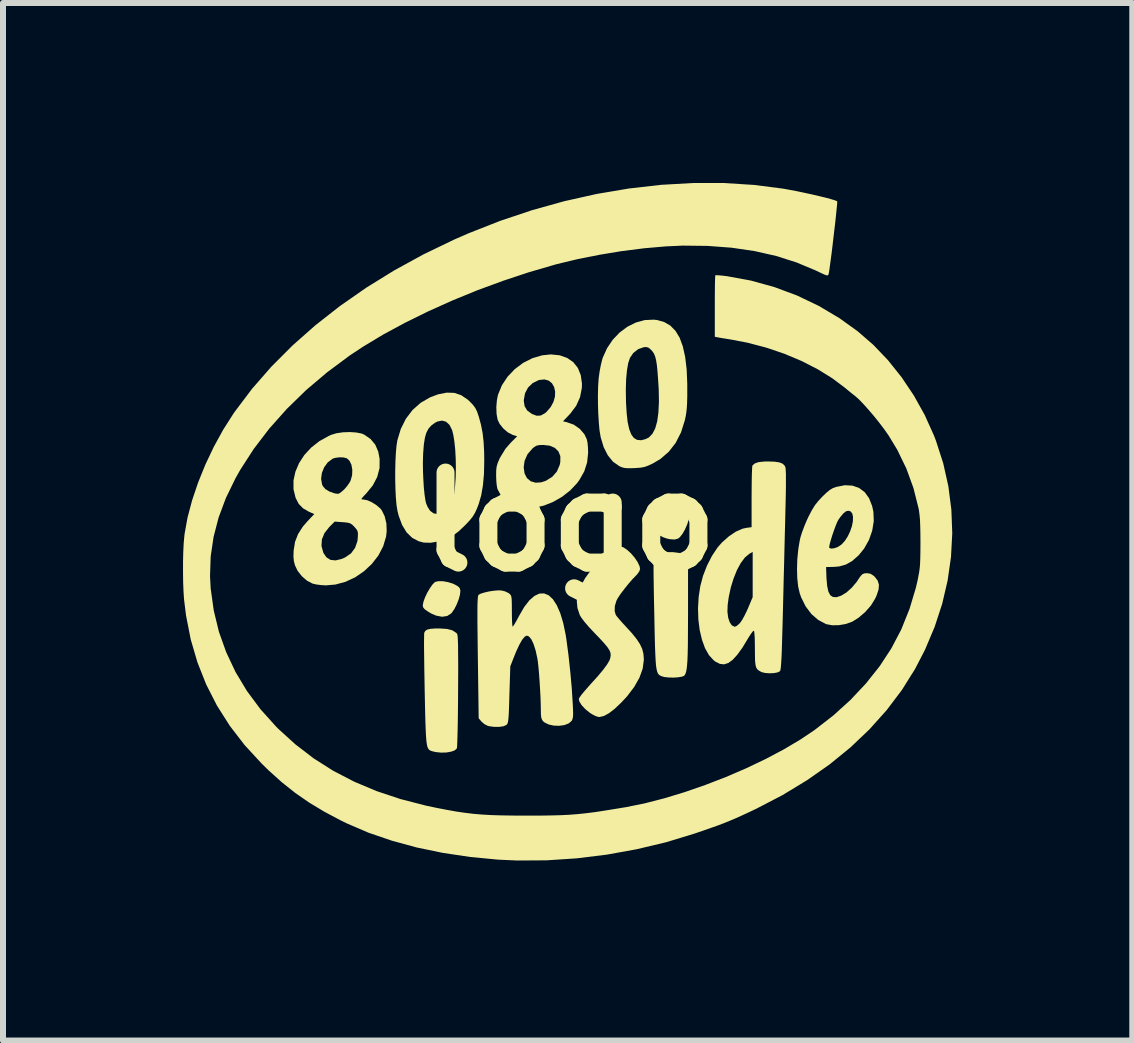
<source format=kicad_pcb>
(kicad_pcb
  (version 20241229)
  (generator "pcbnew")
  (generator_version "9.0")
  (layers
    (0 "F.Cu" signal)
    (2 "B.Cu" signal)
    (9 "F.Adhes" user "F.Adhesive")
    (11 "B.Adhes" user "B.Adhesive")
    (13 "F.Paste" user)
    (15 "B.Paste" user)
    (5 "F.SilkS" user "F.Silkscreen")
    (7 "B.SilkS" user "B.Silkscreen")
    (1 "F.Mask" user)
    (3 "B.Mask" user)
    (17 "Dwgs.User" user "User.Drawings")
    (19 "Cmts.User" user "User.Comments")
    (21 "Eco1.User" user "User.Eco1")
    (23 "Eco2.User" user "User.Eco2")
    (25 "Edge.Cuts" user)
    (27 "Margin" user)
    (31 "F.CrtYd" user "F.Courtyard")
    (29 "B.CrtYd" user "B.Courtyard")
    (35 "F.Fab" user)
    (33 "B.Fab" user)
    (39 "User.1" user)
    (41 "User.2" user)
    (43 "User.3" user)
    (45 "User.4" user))
  (footprint "logo"
    (layer "F.Cu")
    (at 6.446 5.647)
    (property "Reference" "logo" (at 0 0 0) (layer "F.SilkS") (effects (font (size 1.5 1.5) (thickness 0.3))))
    (attr board_only exclude_from_pos_files exclude_from_bom)
    (fp_poly (pts (xy 1.725 -0.293) (xy 1.842 -0.275) (xy 1.928 -0.238) (xy 1.98 -0.183) (xy 1.988 -0.166) (xy 1.994 -0.114) (xy 1.982 -0.041) (xy 1.956 0.042) (xy 1.919 0.126) (xy 1.877 0.2) (xy 1.832 0.256) (xy 1.804 0.278) (xy 1.745 0.294) (xy 1.664 0.288) (xy 1.626 0.28) (xy 1.56 0.258) (xy 1.492 0.225) (xy 1.434 0.189) (xy 1.398 0.156) (xy 1.395 0.151) (xy 1.387 0.1) (xy 1.403 0.023) (xy 1.443 -0.078) (xy 1.468 -0.13) (xy 1.511 -0.209) (xy 1.55 -0.26) (xy 1.594 -0.286) (xy 1.651 -0.296)) (stroke (width 0) (type solid)) (fill yes) (layer "F.SilkS"))
    (fp_poly (pts (xy -2.114 0.989) (xy -2.029 1.004) (xy -1.946 1.03) (xy -1.921 1.042) (xy -1.867 1.072) (xy -1.838 1.099) (xy -1.826 1.133) (xy -1.824 1.148) (xy -1.83 1.209) (xy -1.851 1.288) (xy -1.884 1.373) (xy -1.924 1.452) (xy -1.966 1.513) (xy -1.974 1.523) (xy -2.043 1.568) (xy -2.128 1.581) (xy -2.228 1.562) (xy -2.298 1.533) (xy -2.357 1.499) (xy -2.407 1.465) (xy -2.426 1.448) (xy -2.446 1.421) (xy -2.451 1.391) (xy -2.442 1.344) (xy -2.437 1.324) (xy -2.412 1.256) (xy -2.376 1.18) (xy -2.333 1.107) (xy -2.29 1.045) (xy -2.252 1.006) (xy -2.244 1.001) (xy -2.19 0.988)) (stroke (width 0) (type solid)) (fill yes) (layer "F.SilkS"))
    (fp_poly (pts (xy 1.827 0.518) (xy 1.904 0.55) (xy 1.925 0.567) (xy 1.97 0.611) (xy 1.97 1.485) (xy 1.969 1.711) (xy 1.968 1.902) (xy 1.967 2.062) (xy 1.964 2.194) (xy 1.96 2.301) (xy 1.954 2.385) (xy 1.947 2.449) (xy 1.938 2.496) (xy 1.927 2.53) (xy 1.914 2.553) (xy 1.903 2.566) (xy 1.865 2.58) (xy 1.803 2.59) (xy 1.727 2.595) (xy 1.649 2.593) (xy 1.58 2.586) (xy 1.542 2.576) (xy 1.517 2.567) (xy 1.497 2.556) (xy 1.479 2.541) (xy 1.465 2.519) (xy 1.453 2.487) (xy 1.443 2.441) (xy 1.435 2.379) (xy 1.429 2.298) (xy 1.424 2.195) (xy 1.419 2.066) (xy 1.415 1.91) (xy 1.411 1.722) (xy 1.407 1.511) (xy 1.402 1.298) (xy 1.399 1.12) (xy 1.397 0.973) (xy 1.395 0.854) (xy 1.395 0.76) (xy 1.396 0.688) (xy 1.397 0.634) (xy 1.4 0.596) (xy 1.405 0.57) (xy 1.41 0.555) (xy 1.417 0.545) (xy 1.417 0.545) (xy 1.457 0.525) (xy 1.53 0.511) (xy 1.576 0.506) (xy 1.718 0.504)) (stroke (width 0) (type solid)) (fill yes) (layer "F.SilkS"))
    (fp_poly (pts (xy -2.046 1.784) (xy -1.958 1.807) (xy -1.895 1.848) (xy -1.879 1.864) (xy -1.874 1.88) (xy -1.869 1.913) (xy -1.866 1.967) (xy -1.863 2.043) (xy -1.862 2.145) (xy -1.861 2.275) (xy -1.86 2.435) (xy -1.861 2.627) (xy -1.862 2.818) (xy -1.863 3.001) (xy -1.865 3.173) (xy -1.867 3.331) (xy -1.87 3.47) (xy -1.873 3.588) (xy -1.876 3.68) (xy -1.879 3.743) (xy -1.882 3.774) (xy -1.883 3.775) (xy -1.917 3.807) (xy -1.978 3.829) (xy -2.058 3.843) (xy -2.146 3.845) (xy -2.235 3.836) (xy -2.281 3.825) (xy -2.307 3.818) (xy -2.328 3.809) (xy -2.346 3.796) (xy -2.361 3.777) (xy -2.374 3.747) (xy -2.383 3.703) (xy -2.391 3.644) (xy -2.397 3.565) (xy -2.402 3.464) (xy -2.407 3.337) (xy -2.411 3.182) (xy -2.415 2.996) (xy -2.419 2.806) (xy -2.422 2.624) (xy -2.425 2.453) (xy -2.427 2.295) (xy -2.429 2.155) (xy -2.43 2.037) (xy -2.429 1.944) (xy -2.428 1.88) (xy -2.427 1.85) (xy -2.426 1.849) (xy -2.41 1.817) (xy -2.377 1.795) (xy -2.321 1.782) (xy -2.237 1.776) (xy -2.165 1.776)) (stroke (width 0) (type solid)) (fill yes) (layer "F.SilkS"))
    (fp_poly (pts (xy 0.893 0.424) (xy 0.955 0.466) (xy 1.02 0.526) (xy 1.08 0.596) (xy 1.13 0.67) (xy 1.162 0.739) (xy 1.171 0.785) (xy 1.156 0.827) (xy 1.119 0.878) (xy 1.104 0.893) (xy 1.044 0.955) (xy 0.977 1.032) (xy 0.91 1.116) (xy 0.849 1.196) (xy 0.802 1.266) (xy 0.778 1.31) (xy 0.75 1.401) (xy 0.747 1.487) (xy 0.765 1.548) (xy 0.786 1.578) (xy 0.827 1.627) (xy 0.881 1.688) (xy 0.932 1.743) (xy 1.036 1.857) (xy 1.114 1.954) (xy 1.169 2.038) (xy 1.206 2.117) (xy 1.226 2.196) (xy 1.233 2.281) (xy 1.233 2.303) (xy 1.214 2.446) (xy 1.16 2.596) (xy 1.073 2.75) (xy 0.954 2.907) (xy 0.856 3.012) (xy 0.746 3.116) (xy 0.651 3.189) (xy 0.569 3.234) (xy 0.498 3.251) (xy 0.487 3.252) (xy 0.439 3.24) (xy 0.375 3.208) (xy 0.334 3.182) (xy 0.257 3.119) (xy 0.196 3.054) (xy 0.159 2.993) (xy 0.149 2.952) (xy 0.161 2.927) (xy 0.194 2.881) (xy 0.245 2.819) (xy 0.308 2.747) (xy 0.348 2.702) (xy 0.466 2.572) (xy 0.556 2.464) (xy 0.621 2.376) (xy 0.661 2.307) (xy 0.674 2.269) (xy 0.681 2.225) (xy 0.678 2.184) (xy 0.66 2.139) (xy 0.626 2.087) (xy 0.572 2.022) (xy 0.496 1.939) (xy 0.433 1.874) (xy 0.327 1.762) (xy 0.246 1.668) (xy 0.191 1.595) (xy 0.166 1.553) (xy 0.127 1.436) (xy 0.116 1.32) (xy 0.133 1.201) (xy 0.179 1.075) (xy 0.255 0.938) (xy 0.363 0.787) (xy 0.387 0.756) (xy 0.453 0.683) (xy 0.53 0.609) (xy 0.612 0.539) (xy 0.692 0.48) (xy 0.764 0.436) (xy 0.821 0.412) (xy 0.84 0.409)) (stroke (width 0) (type solid)) (fill yes) (layer "F.SilkS"))
    (fp_poly (pts (xy -1.926 -2.15) (xy -1.812 -2.112) (xy -1.705 -2.04) (xy -1.67 -2.008) (xy -1.613 -1.949) (xy -1.575 -1.897) (xy -1.546 -1.839) (xy -1.519 -1.758) (xy -1.518 -1.756) (xy -1.481 -1.621) (xy -1.454 -1.483) (xy -1.437 -1.335) (xy -1.428 -1.167) (xy -1.426 -1.013) (xy -1.431 -0.796) (xy -1.448 -0.61) (xy -1.476 -0.446) (xy -1.518 -0.3) (xy -1.546 -0.226) (xy -1.579 -0.154) (xy -1.615 -0.093) (xy -1.661 -0.034) (xy -1.725 0.035) (xy -1.755 0.065) (xy -1.852 0.157) (xy -1.94 0.223) (xy -2.028 0.272) (xy -2.128 0.309) (xy -2.183 0.324) (xy -2.317 0.348) (xy -2.434 0.345) (xy -2.518 0.323) (xy -2.628 0.265) (xy -2.721 0.174) (xy -2.796 0.05) (xy -2.853 -0.105) (xy -2.873 -0.186) (xy -2.888 -0.279) (xy -2.899 -0.401) (xy -2.906 -0.544) (xy -2.91 -0.698) (xy -2.91 -0.857) (xy -2.907 -0.974) (xy -2.449 -0.974) (xy -2.447 -0.84) (xy -2.441 -0.703) (xy -2.433 -0.572) (xy -2.421 -0.455) (xy -2.407 -0.361) (xy -2.396 -0.312) (xy -2.37 -0.249) (xy -2.332 -0.19) (xy -2.33 -0.186) (xy -2.27 -0.142) (xy -2.197 -0.13) (xy -2.117 -0.15) (xy -2.087 -0.166) (xy -2.032 -0.209) (xy -1.989 -0.265) (xy -1.956 -0.34) (xy -1.932 -0.437) (xy -1.915 -0.561) (xy -1.904 -0.718) (xy -1.902 -0.753) (xy -1.899 -0.904) (xy -1.902 -1.057) (xy -1.91 -1.205) (xy -1.924 -1.339) (xy -1.942 -1.452) (xy -1.962 -1.53) (xy -2.005 -1.616) (xy -2.062 -1.669) (xy -2.13 -1.688) (xy -2.208 -1.672) (xy -2.246 -1.652) (xy -2.308 -1.607) (xy -2.355 -1.554) (xy -2.391 -1.486) (xy -2.416 -1.399) (xy -2.433 -1.287) (xy -2.444 -1.144) (xy -2.446 -1.096) (xy -2.449 -0.974) (xy -2.907 -0.974) (xy -2.906 -1.011) (xy -2.899 -1.152) (xy -2.888 -1.272) (xy -2.875 -1.356) (xy -2.817 -1.549) (xy -2.732 -1.719) (xy -2.621 -1.865) (xy -2.485 -1.985) (xy -2.326 -2.077) (xy -2.194 -2.126) (xy -2.052 -2.154)) (stroke (width 0) (type solid)) (fill yes) (layer "F.SilkS"))
    (fp_poly (pts (xy 1.455 -3.364) (xy 1.573 -3.33) (xy 1.675 -3.271) (xy 1.76 -3.184) (xy 1.83 -3.069) (xy 1.883 -2.924) (xy 1.922 -2.748) (xy 1.947 -2.54) (xy 1.957 -2.299) (xy 1.957 -2.22) (xy 1.957 -2.086) (xy 1.954 -1.981) (xy 1.949 -1.896) (xy 1.941 -1.823) (xy 1.93 -1.756) (xy 1.916 -1.692) (xy 1.853 -1.492) (xy 1.764 -1.317) (xy 1.649 -1.169) (xy 1.509 -1.048) (xy 1.378 -0.971) (xy 1.305 -0.937) (xy 1.245 -0.916) (xy 1.184 -0.904) (xy 1.105 -0.898) (xy 1.071 -0.896) (xy 0.984 -0.894) (xy 0.923 -0.897) (xy 0.876 -0.907) (xy 0.832 -0.925) (xy 0.823 -0.93) (xy 0.719 -1.003) (xy 0.633 -1.109) (xy 0.564 -1.245) (xy 0.514 -1.411) (xy 0.51 -1.434) (xy 0.494 -1.531) (xy 0.483 -1.656) (xy 0.474 -1.799) (xy 0.469 -1.951) (xy 0.468 -2.104) (xy 0.47 -2.2) (xy 0.933 -2.2) (xy 0.936 -2.001) (xy 0.936 -1.997) (xy 0.947 -1.812) (xy 0.964 -1.661) (xy 0.99 -1.544) (xy 1.024 -1.457) (xy 1.067 -1.398) (xy 1.12 -1.367) (xy 1.183 -1.361) (xy 1.196 -1.362) (xy 1.257 -1.378) (xy 1.312 -1.404) (xy 1.318 -1.408) (xy 1.377 -1.469) (xy 1.423 -1.558) (xy 1.456 -1.675) (xy 1.476 -1.823) (xy 1.485 -2.002) (xy 1.481 -2.213) (xy 1.472 -2.355) (xy 1.462 -2.497) (xy 1.451 -2.608) (xy 1.438 -2.692) (xy 1.422 -2.755) (xy 1.402 -2.804) (xy 1.376 -2.842) (xy 1.354 -2.867) (xy 1.312 -2.903) (xy 1.274 -2.914) (xy 1.232 -2.911) (xy 1.138 -2.878) (xy 1.057 -2.814) (xy 1.002 -2.733) (xy 0.973 -2.646) (xy 0.952 -2.526) (xy 0.938 -2.376) (xy 0.933 -2.2) (xy 0.47 -2.2) (xy 0.471 -2.247) (xy 0.479 -2.372) (xy 0.481 -2.397) (xy 0.496 -2.505) (xy 0.516 -2.611) (xy 0.538 -2.701) (xy 0.548 -2.734) (xy 0.62 -2.894) (xy 0.715 -3.035) (xy 0.83 -3.156) (xy 0.961 -3.253) (xy 1.102 -3.323) (xy 1.249 -3.363) (xy 1.399 -3.37)) (stroke (width 0) (type solid)) (fill yes) (layer "F.SilkS"))
    (fp_poly (pts (xy 4.71 -0.604) (xy 4.821 -0.565) (xy 4.914 -0.495) (xy 4.987 -0.394) (xy 5.038 -0.264) (xy 5.059 -0.167) (xy 5.065 -0.013) (xy 5.039 0.146) (xy 4.985 0.301) (xy 4.904 0.445) (xy 4.812 0.558) (xy 4.706 0.651) (xy 4.6 0.711) (xy 4.486 0.743) (xy 4.397 0.75) (xy 4.27 0.753) (xy 4.277 0.938) (xy 4.288 1.066) (xy 4.308 1.16) (xy 4.34 1.222) (xy 4.385 1.252) (xy 4.445 1.255) (xy 4.52 1.23) (xy 4.521 1.23) (xy 4.61 1.176) (xy 4.699 1.096) (xy 4.78 1) (xy 4.805 0.962) (xy 4.844 0.905) (xy 4.875 0.872) (xy 4.909 0.858) (xy 4.957 0.855) (xy 4.958 0.855) (xy 5.012 0.865) (xy 5.064 0.899) (xy 5.084 0.918) (xy 5.131 0.98) (xy 5.151 1.048) (xy 5.145 1.128) (xy 5.112 1.226) (xy 5.088 1.279) (xy 5.018 1.393) (xy 4.922 1.502) (xy 4.812 1.597) (xy 4.706 1.663) (xy 4.601 1.701) (xy 4.486 1.721) (xy 4.373 1.723) (xy 4.276 1.705) (xy 4.268 1.702) (xy 4.14 1.635) (xy 4.026 1.536) (xy 3.93 1.409) (xy 3.854 1.256) (xy 3.831 1.189) (xy 3.805 1.077) (xy 3.79 0.938) (xy 3.786 0.782) (xy 3.791 0.619) (xy 3.807 0.457) (xy 3.814 0.412) (xy 4.323 0.412) (xy 4.323 0.432) (xy 4.351 0.445) (xy 4.401 0.441) (xy 4.462 0.42) (xy 4.47 0.416) (xy 4.53 0.375) (xy 4.585 0.314) (xy 4.633 0.239) (xy 4.672 0.156) (xy 4.701 0.071) (xy 4.717 -0.01) (xy 4.719 -0.083) (xy 4.707 -0.14) (xy 4.677 -0.176) (xy 4.639 -0.186) (xy 4.601 -0.176) (xy 4.56 -0.143) (xy 4.51 -0.084) (xy 4.477 -0.038) (xy 4.456 0.001) (xy 4.431 0.062) (xy 4.403 0.138) (xy 4.375 0.219) (xy 4.351 0.297) (xy 4.332 0.364) (xy 4.323 0.412) (xy 3.814 0.412) (xy 3.832 0.307) (xy 3.845 0.251) (xy 3.871 0.17) (xy 3.908 0.071) (xy 3.951 -0.031) (xy 3.98 -0.093) (xy 4.034 -0.196) (xy 4.084 -0.277) (xy 4.14 -0.348) (xy 4.208 -0.421) (xy 4.278 -0.488) (xy 4.333 -0.533) (xy 4.384 -0.563) (xy 4.439 -0.583) (xy 4.44 -0.583) (xy 4.583 -0.611)) (stroke (width 0) (type solid)) (fill yes) (layer "F.SilkS"))
    (fp_poly (pts (xy -1.139 1.143) (xy -1.077 1.159) (xy -1.022 1.186) (xy -1.014 1.191) (xy -0.995 1.208) (xy -0.982 1.225) (xy -0.974 1.251) (xy -0.969 1.292) (xy -0.967 1.354) (xy -0.966 1.444) (xy -0.966 1.488) (xy -0.965 1.581) (xy -0.963 1.659) (xy -0.959 1.716) (xy -0.954 1.744) (xy -0.952 1.746) (xy -0.939 1.731) (xy -0.913 1.689) (xy -0.878 1.627) (xy -0.845 1.565) (xy -0.76 1.418) (xy -0.675 1.308) (xy -0.59 1.234) (xy -0.508 1.195) (xy -0.429 1.192) (xy -0.353 1.223) (xy -0.282 1.289) (xy -0.218 1.388) (xy -0.16 1.52) (xy -0.11 1.685) (xy -0.069 1.883) (xy -0.057 1.96) (xy -0.023 2.217) (xy 0.007 2.493) (xy 0.032 2.769) (xy 0.048 3.023) (xy 0.053 3.126) (xy 0.055 3.2) (xy 0.052 3.25) (xy 0.045 3.284) (xy 0.034 3.31) (xy 0.031 3.315) (xy -0.018 3.358) (xy -0.09 3.386) (xy -0.177 3.398) (xy -0.268 3.395) (xy -0.353 3.376) (xy -0.422 3.342) (xy -0.446 3.322) (xy -0.465 3.294) (xy -0.477 3.257) (xy -0.482 3.201) (xy -0.483 3.132) (xy -0.485 3.035) (xy -0.489 2.919) (xy -0.496 2.791) (xy -0.504 2.659) (xy -0.513 2.533) (xy -0.523 2.42) (xy -0.533 2.329) (xy -0.541 2.276) (xy -0.57 2.143) (xy -0.604 2.036) (xy -0.642 1.956) (xy -0.682 1.909) (xy -0.717 1.895) (xy -0.752 1.913) (xy -0.795 1.965) (xy -0.842 2.048) (xy -0.894 2.16) (xy -0.913 2.206) (xy -0.992 2.406) (xy -1.007 2.88) (xy -1.011 3.025) (xy -1.015 3.138) (xy -1.019 3.222) (xy -1.024 3.283) (xy -1.029 3.325) (xy -1.036 3.353) (xy -1.045 3.37) (xy -1.056 3.383) (xy -1.061 3.386) (xy -1.107 3.406) (xy -1.176 3.416) (xy -1.258 3.416) (xy -1.339 3.406) (xy -1.369 3.398) (xy -1.421 3.372) (xy -1.47 3.331) (xy -1.473 3.327) (xy -1.519 3.273) (xy -1.533 2.257) (xy -1.536 2.032) (xy -1.538 1.841) (xy -1.54 1.682) (xy -1.54 1.552) (xy -1.54 1.448) (xy -1.539 1.367) (xy -1.536 1.306) (xy -1.533 1.263) (xy -1.529 1.236) (xy -1.524 1.22) (xy -1.521 1.216) (xy -1.485 1.196) (xy -1.423 1.177) (xy -1.346 1.159) (xy -1.265 1.147) (xy -1.191 1.141)) (stroke (width 0) (type solid)) (fill yes) (layer "F.SilkS"))
    (fp_poly (pts (xy -0.169 -2.776) (xy -0.044 -2.732) (xy 0.058 -2.661) (xy 0.134 -2.565) (xy 0.182 -2.446) (xy 0.202 -2.306) (xy 0.2 -2.231) (xy 0.17 -2.078) (xy 0.106 -1.935) (xy 0.006 -1.802) (xy -0.01 -1.785) (xy -0.114 -1.676) (xy -0.052 -1.662) (xy 0.064 -1.621) (xy 0.164 -1.552) (xy 0.242 -1.462) (xy 0.281 -1.381) (xy 0.294 -1.325) (xy 0.302 -1.245) (xy 0.305 -1.156) (xy 0.305 -1.152) (xy 0.288 -0.99) (xy 0.24 -0.841) (xy 0.159 -0.698) (xy 0.121 -0.646) (xy 0.007 -0.525) (xy -0.127 -0.42) (xy -0.274 -0.335) (xy -0.428 -0.273) (xy -0.584 -0.236) (xy -0.734 -0.226) (xy -0.873 -0.247) (xy -0.877 -0.248) (xy -0.982 -0.293) (xy -1.078 -0.364) (xy -1.155 -0.452) (xy -1.206 -0.548) (xy -1.209 -0.56) (xy -1.218 -0.608) (xy -1.225 -0.68) (xy -1.228 -0.761) (xy -1.228 -0.778) (xy -1.227 -0.861) (xy -1.221 -0.91) (xy -0.769 -0.91) (xy -0.755 -0.809) (xy -0.715 -0.73) (xy -0.652 -0.677) (xy -0.571 -0.653) (xy -0.477 -0.659) (xy -0.399 -0.685) (xy -0.292 -0.752) (xy -0.216 -0.839) (xy -0.169 -0.948) (xy -0.159 -0.996) (xy -0.158 -1.093) (xy -0.189 -1.173) (xy -0.249 -1.233) (xy -0.335 -1.27) (xy -0.441 -1.282) (xy -0.509 -1.28) (xy -0.555 -1.27) (xy -0.593 -1.248) (xy -0.623 -1.223) (xy -0.705 -1.128) (xy -0.754 -1.018) (xy -0.769 -0.91) (xy -1.221 -0.91) (xy -1.219 -0.924) (xy -1.202 -0.982) (xy -1.172 -1.052) (xy -1.164 -1.069) (xy -1.073 -1.218) (xy -0.989 -1.315) (xy -0.878 -1.426) (xy -0.955 -1.451) (xy -1.034 -1.492) (xy -1.109 -1.557) (xy -1.17 -1.633) (xy -1.203 -1.702) (xy -1.221 -1.799) (xy -1.225 -1.915) (xy -1.216 -2.022) (xy -0.768 -2.022) (xy -0.754 -1.929) (xy -0.711 -1.856) (xy -0.634 -1.8) (xy -0.63 -1.798) (xy -0.553 -1.769) (xy -0.486 -1.772) (xy -0.419 -1.808) (xy -0.391 -1.831) (xy -0.32 -1.912) (xy -0.273 -1.999) (xy -0.248 -2.087) (xy -0.245 -2.172) (xy -0.262 -2.248) (xy -0.298 -2.31) (xy -0.352 -2.354) (xy -0.423 -2.374) (xy -0.509 -2.365) (xy -0.518 -2.363) (xy -0.618 -2.314) (xy -0.696 -2.239) (xy -0.747 -2.143) (xy -0.767 -2.03) (xy -0.768 -2.022) (xy -1.216 -2.022) (xy -1.215 -2.031) (xy -1.197 -2.119) (xy -1.132 -2.277) (xy -1.037 -2.42) (xy -0.917 -2.546) (xy -0.778 -2.65) (xy -0.623 -2.728) (xy -0.46 -2.776) (xy -0.315 -2.791)) (stroke (width 0) (type solid)) (fill yes) (layer "F.SilkS"))
    (fp_poly (pts (xy 3.416 -1.003) (xy 3.494 -0.991) (xy 3.548 -0.969) (xy 3.581 -0.935) (xy 3.589 -0.92) (xy 3.595 -0.899) (xy 3.598 -0.858) (xy 3.601 -0.797) (xy 3.601 -0.711) (xy 3.601 -0.599) (xy 3.599 -0.459) (xy 3.595 -0.286) (xy 3.59 -0.08) (xy 3.589 -0.023) (xy 3.583 0.194) (xy 3.577 0.435) (xy 3.571 0.691) (xy 3.564 0.951) (xy 3.558 1.204) (xy 3.552 1.441) (xy 3.547 1.644) (xy 3.541 1.849) (xy 3.536 2.019) (xy 3.532 2.157) (xy 3.527 2.267) (xy 3.522 2.352) (xy 3.517 2.413) (xy 3.512 2.455) (xy 3.506 2.48) (xy 3.501 2.489) (xy 3.463 2.508) (xy 3.401 2.52) (xy 3.328 2.523) (xy 3.256 2.518) (xy 3.198 2.504) (xy 3.187 2.499) (xy 3.15 2.478) (xy 3.123 2.455) (xy 3.105 2.425) (xy 3.094 2.382) (xy 3.087 2.318) (xy 3.085 2.23) (xy 3.084 2.116) (xy 3.083 2.015) (xy 3.081 1.928) (xy 3.076 1.861) (xy 3.071 1.821) (xy 3.068 1.813) (xy 3.051 1.823) (xy 3.023 1.859) (xy 2.986 1.915) (xy 2.967 1.946) (xy 2.875 2.098) (xy 2.79 2.215) (xy 2.713 2.299) (xy 2.64 2.352) (xy 2.569 2.374) (xy 2.5 2.366) (xy 2.428 2.33) (xy 2.395 2.305) (xy 2.318 2.22) (xy 2.253 2.105) (xy 2.202 1.964) (xy 2.164 1.803) (xy 2.142 1.628) (xy 2.138 1.496) (xy 2.626 1.496) (xy 2.638 1.593) (xy 2.663 1.67) (xy 2.698 1.723) (xy 2.743 1.746) (xy 2.751 1.747) (xy 2.782 1.733) (xy 2.822 1.699) (xy 2.841 1.678) (xy 2.873 1.631) (xy 2.912 1.56) (xy 2.952 1.478) (xy 2.972 1.432) (xy 3.047 1.254) (xy 3.047 0.877) (xy 3.047 0.5) (xy 2.99 0.533) (xy 2.918 0.593) (xy 2.849 0.685) (xy 2.785 0.803) (xy 2.729 0.942) (xy 2.682 1.095) (xy 2.647 1.258) (xy 2.63 1.386) (xy 2.626 1.496) (xy 2.138 1.496) (xy 2.136 1.442) (xy 2.147 1.252) (xy 2.174 1.071) (xy 2.22 0.898) (xy 2.287 0.726) (xy 2.369 0.566) (xy 2.463 0.425) (xy 2.533 0.345) (xy 2.65 0.241) (xy 2.767 0.162) (xy 2.88 0.113) (xy 2.94 0.1) (xy 3.029 0.088) (xy 3.029 -0.416) (xy 3.03 -0.55) (xy 3.031 -0.672) (xy 3.033 -0.777) (xy 3.036 -0.86) (xy 3.039 -0.916) (xy 3.043 -0.94) (xy 3.043 -0.94) (xy 3.082 -0.974) (xy 3.146 -0.996) (xy 3.241 -1.006) (xy 3.306 -1.007)) (stroke (width 0) (type solid)) (fill yes) (layer "F.SilkS"))
    (fp_poly (pts (xy -3.561 -1.49) (xy -3.472 -1.473) (xy -3.428 -1.455) (xy -3.321 -1.381) (xy -3.243 -1.288) (xy -3.193 -1.172) (xy -3.17 -1.05) (xy -3.171 -0.896) (xy -3.21 -0.748) (xy -3.284 -0.607) (xy -3.389 -0.478) (xy -3.433 -0.432) (xy -3.463 -0.397) (xy -3.475 -0.381) (xy -3.459 -0.374) (xy -3.431 -0.372) (xy -3.37 -0.359) (xy -3.296 -0.325) (xy -3.222 -0.278) (xy -3.16 -0.225) (xy -3.135 -0.194) (xy -3.086 -0.095) (xy -3.057 0.025) (xy -3.052 0.154) (xy -3.062 0.245) (xy -3.111 0.408) (xy -3.191 0.561) (xy -3.299 0.7) (xy -3.429 0.822) (xy -3.576 0.923) (xy -3.737 0.998) (xy -3.906 1.044) (xy -4.064 1.058) (xy -4.148 1.053) (xy -4.23 1.042) (xy -4.291 1.027) (xy -4.381 0.979) (xy -4.466 0.905) (xy -4.537 0.815) (xy -4.58 0.725) (xy -4.599 0.653) (xy -4.606 0.576) (xy -4.603 0.48) (xy -4.603 0.478) (xy -4.59 0.4) (xy -4.139 0.4) (xy -4.109 0.51) (xy -4.107 0.516) (xy -4.056 0.591) (xy -3.989 0.633) (xy -3.904 0.642) (xy -3.804 0.618) (xy -3.742 0.591) (xy -3.646 0.524) (xy -3.579 0.433) (xy -3.54 0.322) (xy -3.534 0.267) (xy -3.531 0.202) (xy -3.536 0.159) (xy -3.554 0.125) (xy -3.589 0.084) (xy -3.59 0.083) (xy -3.626 0.047) (xy -3.659 0.025) (xy -3.701 0.013) (xy -3.765 0.006) (xy -3.785 0.005) (xy -3.918 -0.005) (xy -4.009 0.086) (xy -4.089 0.187) (xy -4.132 0.292) (xy -4.139 0.4) (xy -4.59 0.4) (xy -4.58 0.334) (xy -4.529 0.203) (xy -4.448 0.077) (xy -4.369 -0.014) (xy -4.259 -0.13) (xy -4.345 -0.168) (xy -4.446 -0.226) (xy -4.518 -0.3) (xy -4.569 -0.399) (xy -4.571 -0.404) (xy -4.605 -0.545) (xy -4.605 -0.691) (xy -4.599 -0.718) (xy -4.145 -0.718) (xy -4.129 -0.625) (xy -4.116 -0.596) (xy -4.073 -0.546) (xy -4.003 -0.504) (xy -3.919 -0.475) (xy -3.864 -0.467) (xy -3.836 -0.478) (xy -3.794 -0.51) (xy -3.758 -0.543) (xy -3.709 -0.6) (xy -3.668 -0.66) (xy -3.652 -0.692) (xy -3.628 -0.779) (xy -3.625 -0.869) (xy -3.64 -0.953) (xy -3.673 -1.02) (xy -3.715 -1.059) (xy -3.771 -1.074) (xy -3.844 -1.076) (xy -3.915 -1.066) (xy -3.954 -1.052) (xy -4.034 -0.992) (xy -4.094 -0.91) (xy -4.132 -0.816) (xy -4.145 -0.718) (xy -4.599 -0.718) (xy -4.573 -0.837) (xy -4.512 -0.98) (xy -4.424 -1.115) (xy -4.311 -1.237) (xy -4.175 -1.345) (xy -4.018 -1.432) (xy -3.973 -1.452) (xy -3.885 -1.478) (xy -3.779 -1.493) (xy -3.667 -1.497)) (stroke (width 0) (type solid)) (fill yes) (layer "F.SilkS"))
    (fp_poly (pts (xy 2.569 -5.647) (xy 3.074 -5.615) (xy 3.549 -5.554) (xy 3.661 -5.534) (xy 3.783 -5.511) (xy 3.91 -5.484) (xy 4.035 -5.457) (xy 4.155 -5.429) (xy 4.262 -5.403) (xy 4.351 -5.379) (xy 4.416 -5.359) (xy 4.452 -5.345) (xy 4.455 -5.342) (xy 4.456 -5.323) (xy 4.452 -5.271) (xy 4.444 -5.194) (xy 4.434 -5.095) (xy 4.422 -4.981) (xy 4.407 -4.857) (xy 4.392 -4.728) (xy 4.377 -4.599) (xy 4.362 -4.475) (xy 4.347 -4.363) (xy 4.334 -4.267) (xy 4.324 -4.193) (xy 4.316 -4.146) (xy 4.313 -4.135) (xy 4.308 -4.117) (xy 4.298 -4.108) (xy 4.278 -4.109) (xy 4.243 -4.121) (xy 4.187 -4.147) (xy 4.103 -4.187) (xy 4.092 -4.192) (xy 3.779 -4.323) (xy 3.44 -4.431) (xy 3.078 -4.513) (xy 2.696 -4.569) (xy 2.298 -4.599) (xy 1.884 -4.604) (xy 1.598 -4.591) (xy 1.242 -4.56) (xy 0.869 -4.513) (xy 0.493 -4.451) (xy 0.126 -4.378) (xy -0.218 -4.295) (xy -0.251 -4.286) (xy -0.68 -4.161) (xy -1.111 -4.018) (xy -1.538 -3.861) (xy -1.956 -3.69) (xy -2.361 -3.508) (xy -2.747 -3.318) (xy -3.11 -3.122) (xy -3.444 -2.921) (xy -3.665 -2.775) (xy -4.043 -2.494) (xy -4.395 -2.196) (xy -4.717 -1.882) (xy -5.009 -1.554) (xy -5.268 -1.215) (xy -5.494 -0.865) (xy -5.574 -0.722) (xy -5.732 -0.397) (xy -5.853 -0.073) (xy -5.937 0.251) (xy -5.985 0.576) (xy -5.996 0.903) (xy -5.985 1.111) (xy -5.934 1.476) (xy -5.848 1.831) (xy -5.726 2.173) (xy -5.571 2.502) (xy -5.381 2.818) (xy -5.157 3.12) (xy -4.9 3.406) (xy -4.86 3.447) (xy -4.574 3.707) (xy -4.269 3.941) (xy -3.943 4.148) (xy -3.594 4.329) (xy -3.221 4.486) (xy -2.822 4.619) (xy -2.395 4.729) (xy -2.22 4.766) (xy -2.048 4.799) (xy -1.892 4.827) (xy -1.748 4.848) (xy -1.607 4.865) (xy -1.464 4.877) (xy -1.311 4.886) (xy -1.142 4.891) (xy -0.949 4.894) (xy -0.727 4.895) (xy -0.715 4.895) (xy -0.504 4.895) (xy -0.322 4.892) (xy -0.161 4.888) (xy -0.013 4.881) (xy 0.128 4.87) (xy 0.271 4.855) (xy 0.423 4.836) (xy 0.59 4.81) (xy 0.782 4.779) (xy 0.929 4.755) (xy 1.242 4.692) (xy 1.572 4.607) (xy 1.912 4.504) (xy 2.258 4.384) (xy 2.602 4.251) (xy 2.939 4.106) (xy 3.262 3.952) (xy 3.566 3.791) (xy 3.844 3.626) (xy 4.078 3.469) (xy 4.392 3.225) (xy 4.679 2.965) (xy 4.937 2.69) (xy 5.164 2.404) (xy 5.358 2.108) (xy 5.517 1.805) (xy 5.523 1.793) (xy 5.661 1.45) (xy 5.765 1.103) (xy 5.793 0.986) (xy 5.809 0.904) (xy 5.822 0.833) (xy 5.831 0.765) (xy 5.837 0.692) (xy 5.84 0.606) (xy 5.842 0.5) (xy 5.843 0.365) (xy 5.843 0.344) (xy 5.842 0.189) (xy 5.839 0.064) (xy 5.835 -0.038) (xy 5.827 -0.122) (xy 5.817 -0.196) (xy 5.81 -0.232) (xy 5.726 -0.565) (xy 5.608 -0.889) (xy 5.458 -1.199) (xy 5.312 -1.44) (xy 5.239 -1.544) (xy 5.154 -1.656) (xy 5.064 -1.768) (xy 4.973 -1.874) (xy 4.888 -1.969) (xy 4.812 -2.047) (xy 4.751 -2.1) (xy 4.746 -2.104) (xy 4.702 -2.138) (xy 4.643 -2.186) (xy 4.588 -2.232) (xy 4.374 -2.393) (xy 4.13 -2.544) (xy 3.862 -2.681) (xy 3.574 -2.802) (xy 3.273 -2.904) (xy 2.965 -2.985) (xy 2.694 -3.037) (xy 2.609 -3.051) (xy 2.534 -3.063) (xy 2.479 -3.073) (xy 2.457 -3.077) (xy 2.416 -3.085) (xy 2.416 -3.593) (xy 2.416 -3.726) (xy 2.417 -3.847) (xy 2.418 -3.951) (xy 2.42 -4.033) (xy 2.422 -4.087) (xy 2.425 -4.109) (xy 2.425 -4.11) (xy 2.446 -4.111) (xy 2.496 -4.108) (xy 2.566 -4.101) (xy 2.615 -4.095) (xy 3.015 -4.022) (xy 3.406 -3.914) (xy 3.785 -3.773) (xy 4.149 -3.599) (xy 4.494 -3.394) (xy 4.796 -3.177) (xy 5.057 -2.951) (xy 5.303 -2.693) (xy 5.529 -2.41) (xy 5.734 -2.104) (xy 5.914 -1.781) (xy 6.066 -1.444) (xy 6.1 -1.356) (xy 6.222 -0.978) (xy 6.308 -0.594) (xy 6.358 -0.204) (xy 6.373 0.189) (xy 6.352 0.583) (xy 6.296 0.976) (xy 6.205 1.366) (xy 6.079 1.751) (xy 5.919 2.13) (xy 5.752 2.453) (xy 5.533 2.802) (xy 5.28 3.137) (xy 4.995 3.455) (xy 4.679 3.756) (xy 4.331 4.04) (xy 3.953 4.305) (xy 3.546 4.552) (xy 3.11 4.779) (xy 2.967 4.847) (xy 2.849 4.901) (xy 2.748 4.946) (xy 2.655 4.985) (xy 2.564 5.022) (xy 2.467 5.059) (xy 2.356 5.098) (xy 2.225 5.144) (xy 2.072 5.196) (xy 1.603 5.339) (xy 1.115 5.455) (xy 0.617 5.545) (xy 0.114 5.607) (xy -0.387 5.64) (xy -0.878 5.643) (xy -1.191 5.629) (xy -1.661 5.584) (xy -2.116 5.516) (xy -2.551 5.426) (xy -2.965 5.313) (xy -3.354 5.18) (xy -3.715 5.025) (xy -3.808 4.98) (xy -4.089 4.831) (xy -4.343 4.678) (xy -4.577 4.516) (xy -4.802 4.337) (xy -5.026 4.135) (xy -5.139 4.024) (xy -5.419 3.72) (xy -5.666 3.399) (xy -5.88 3.062) (xy -6.06 2.709) (xy -6.206 2.34) (xy -6.318 1.957) (xy -6.396 1.559) (xy -6.429 1.291) (xy -6.438 1.158) (xy -6.444 1.004) (xy -6.446 0.837) (xy -6.446 0.668) (xy -6.442 0.505) (xy -6.435 0.357) (xy -6.424 0.235) (xy -6.42 0.2) (xy -6.371 -0.071) (xy -6.295 -0.358) (xy -6.195 -0.655) (xy -6.074 -0.954) (xy -5.934 -1.249) (xy -5.778 -1.534) (xy -5.608 -1.801) (xy -5.58 -1.841) (xy -5.295 -2.219) (xy -4.975 -2.585) (xy -4.623 -2.938) (xy -4.241 -3.276) (xy -3.83 -3.598) (xy -3.392 -3.903) (xy -2.928 -4.19) (xy -2.441 -4.457) (xy -1.933 -4.702) (xy -1.691 -4.808) (xy -1.165 -5.015) (xy -0.631 -5.194) (xy -0.093 -5.344) (xy 0.448 -5.465) (xy 0.987 -5.556) (xy 1.522 -5.617) (xy 2.05 -5.647)) (stroke (width 0) (type solid)) (fill yes) (layer "F.SilkS")))
  (gr_rect
    (start -3 -3)
    (end 15.819 14.29)
    (stroke (width 0.1) (type default))
    (fill no)
    (layer "Edge.Cuts")))
</source>
